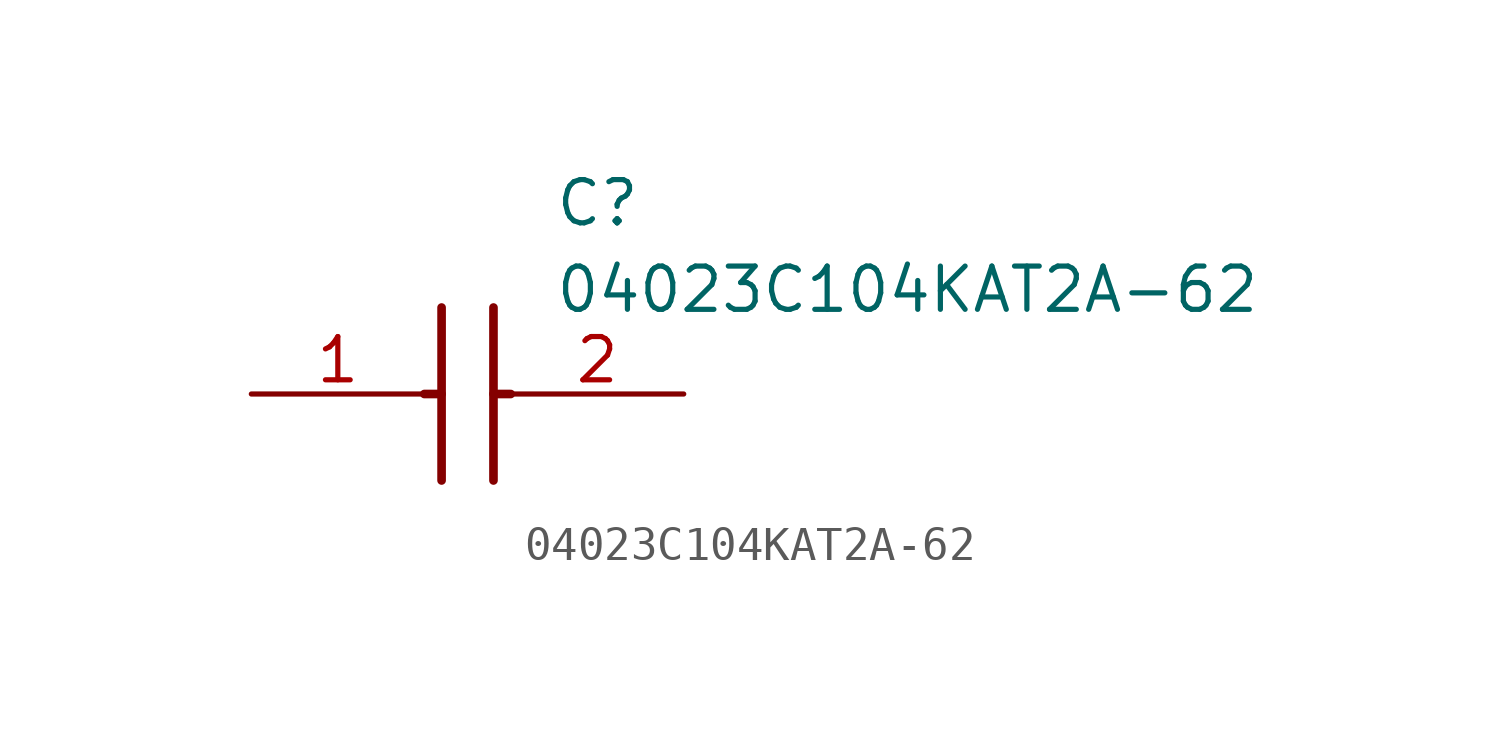
<source format=kicad_sym>
(kicad_symbol_lib
  (version 20211014)
  (generator SamacSys_ECAD_Model)
  (symbol "04023C104KAT2A-62"
    (pin_names hide)
    (property "Reference" "C"
      (at 8.89 6.35 0)
      (effects (font (size 1.27 1.27)) (justify left top)))
    (property "Value" "04023C104KAT2A-62"
      (at 8.89 3.81 0)
      (effects (font (size 1.27 1.27)) (justify left top)))
    (polyline
      (pts (xy 5.588 2.54) (xy 5.588 -2.54))
      (stroke (width 0.254) (type default))
      (fill (type none)))
    (polyline
      (pts (xy 7.112 2.54) (xy 7.112 -2.54))
      (stroke (width 0.254) (type default))
      (fill (type none)))
    (polyline
      (pts (xy 5.08 0) (xy 5.588 0))
      (stroke (width 0.254) (type default))
      (fill (type none)))
    (polyline
      (pts (xy 7.112 0) (xy 7.62 0))
      (stroke (width 0.254) (type default))
      (fill (type none)))
    (pin passive line
      (at 0 0 0)
      (length 5.08)
      (name "1" (effects (font (size 1.27 1.27))))
      (number "1" (effects (font (size 1.27 1.27)))))
    (pin passive line
      (at 12.7 0 180)
      (length 5.08)
      (name "2" (effects (font (size 1.27 1.27))))
      (number "2" (effects (font (size 1.27 1.27)))))))
</source>
